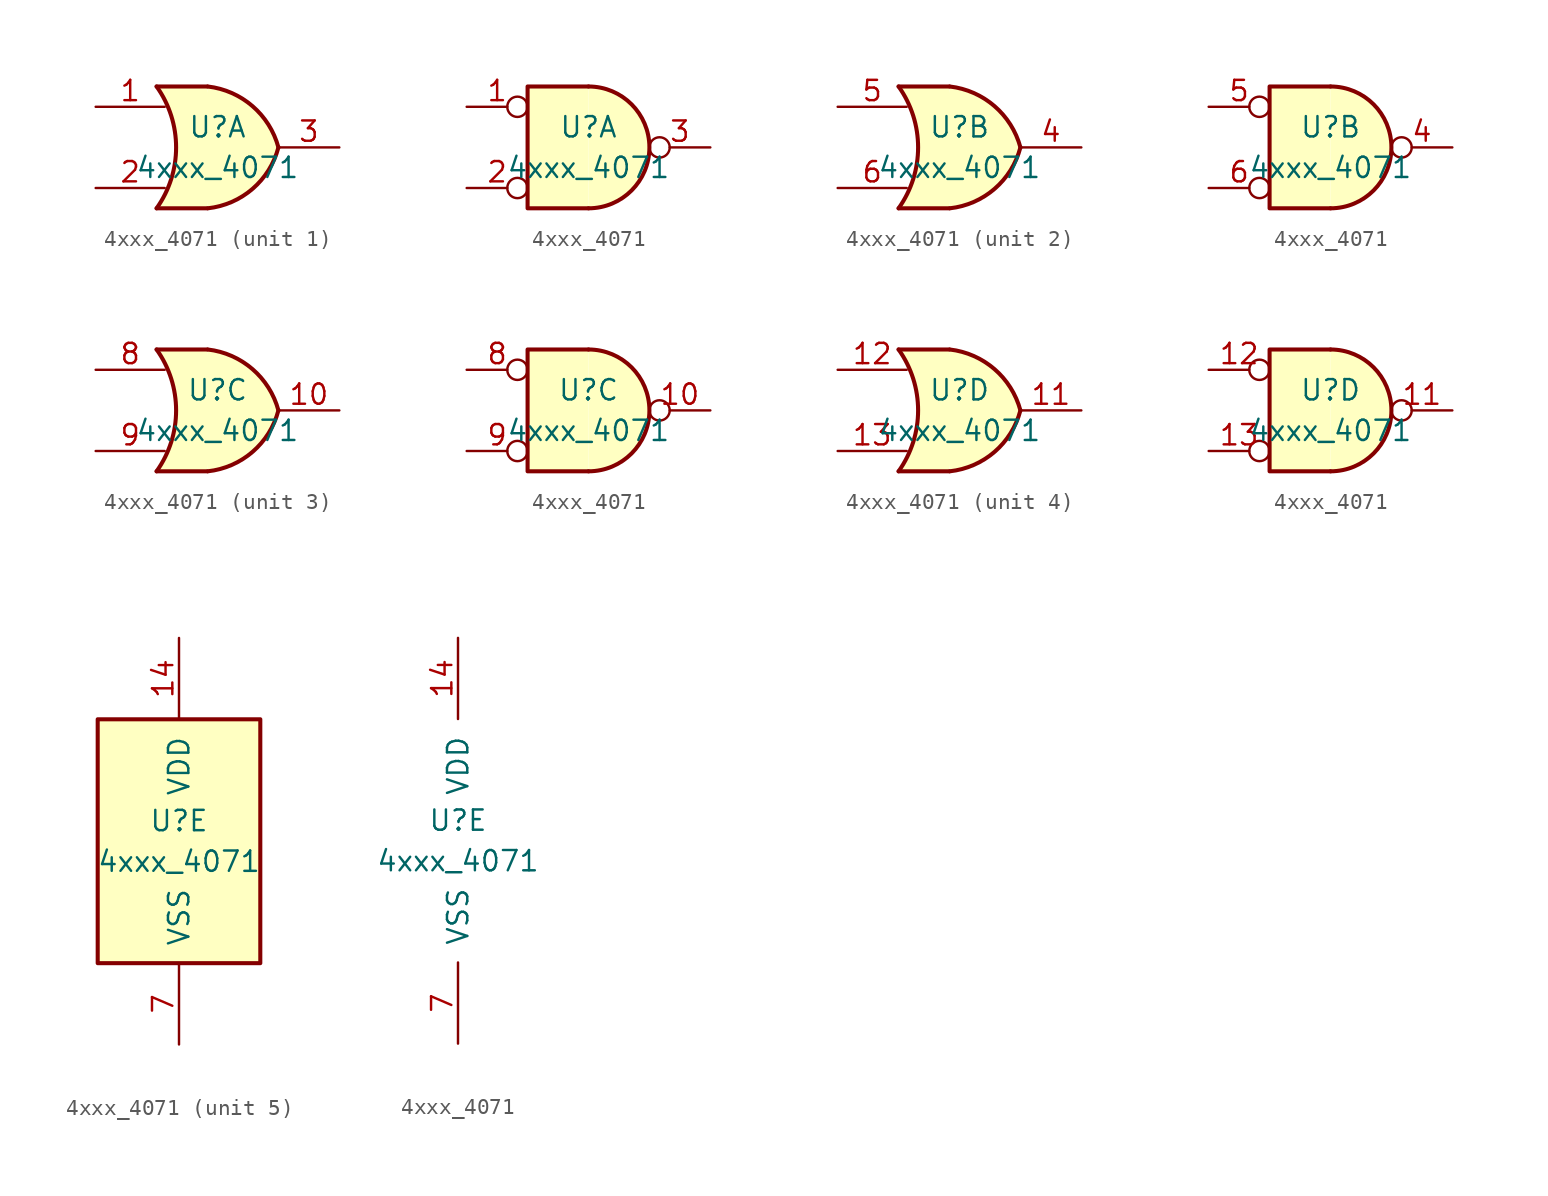
<source format=kicad_sym>
(kicad_symbol_lib
  (version 20241209)
  (generator "kicad_symbol_editor")
  (generator_version "9.0")
  (symbol "4xxx_4071"
    (pin_names
      (offset 1.016))
    (property "Reference" "U"
      (at 0 1.27 0)
      (effects (font (size 1.27 1.27))))
    (property "Value" "4xxx_4071"
      (at 0 -1.27 0)
      (effects (font (size 1.27 1.27))))
    (property "ki_locked" ""
      (at 0 0 0)
      (effects (font (size 1.27 1.27))))
    (symbol "4xxx_4071_1_1"
      (arc (start -3.81 3.81) (mid -2.589 0) (end -3.81 -3.81) (stroke (width 0.254) (type solid)) (fill (type none)))
      (polyline (pts (xy -3.81 3.81) (xy -0.635 3.81)) (stroke (width 0.254) (type solid)) (fill (type background)))
      (polyline (pts (xy -3.81 -3.81) (xy -0.635 -3.81)) (stroke (width 0.254) (type solid)) (fill (type background)))
      (arc (start -0.6096 3.81) (mid 2.1842 2.5851) (end 3.81 0) (stroke (width 0.254) (type solid)) (fill (type background)))
      (arc (start 3.81 0) (mid 2.1915 -2.5936) (end -0.6096 -3.81) (stroke (width 0.254) (type solid)) (fill (type background)))
      (polyline (pts (xy -0.635 3.81) (xy -3.81 3.81) (xy -3.81 3.81) (xy -3.556 3.404) (xy -3.023 2.261) (xy -2.692 1.041) (xy -2.616 -0.254) (xy -2.769 -1.499) (xy -3.175 -2.718) (xy -3.81 -3.81) (xy -3.81 -3.81) (xy -0.635 -3.81)) (stroke (width -25.4) (type solid)) (fill (type background)))
      (pin input line (at -7.62 2.54 0) (length 4.318) (name "~" (effects (font (size 1.27 1.27)))) (number "1" (effects (font (size 1.27 1.27)))))
      (pin input line (at -7.62 -2.54 0) (length 4.318) (name "~" (effects (font (size 1.27 1.27)))) (number "2" (effects (font (size 1.27 1.27)))))
      (pin output line (at 7.62 0 180) (length 3.81) (name "~" (effects (font (size 1.27 1.27)))) (number "3" (effects (font (size 1.27 1.27))))))
    (symbol "4xxx_4071_1_2"
      (polyline (pts (xy 0 3.81) (xy -3.81 3.81) (xy -3.81 -3.81) (xy 0 -3.81)) (stroke (width 0.254) (type solid)) (fill (type background)))
      (arc (start 0 3.81) (mid 3.81 0) (end 0 -3.81) (stroke (width 0.254) (type solid)) (fill (type background)))
      (pin input inverted (at -7.62 2.54 0) (length 3.81) (name "~" (effects (font (size 1.27 1.27)))) (number "1" (effects (font (size 1.27 1.27)))))
      (pin input inverted (at -7.62 -2.54 0) (length 3.81) (name "~" (effects (font (size 1.27 1.27)))) (number "2" (effects (font (size 1.27 1.27)))))
      (pin output inverted (at 7.62 0 180) (length 3.81) (name "~" (effects (font (size 1.27 1.27)))) (number "3" (effects (font (size 1.27 1.27))))))
    (symbol "4xxx_4071_2_1"
      (arc (start -3.81 3.81) (mid -2.589 0) (end -3.81 -3.81) (stroke (width 0.254) (type solid)) (fill (type none)))
      (polyline (pts (xy -3.81 3.81) (xy -0.635 3.81)) (stroke (width 0.254) (type solid)) (fill (type background)))
      (polyline (pts (xy -3.81 -3.81) (xy -0.635 -3.81)) (stroke (width 0.254) (type solid)) (fill (type background)))
      (arc (start -0.6096 3.81) (mid 2.1842 2.5851) (end 3.81 0) (stroke (width 0.254) (type solid)) (fill (type background)))
      (arc (start 3.81 0) (mid 2.1915 -2.5936) (end -0.6096 -3.81) (stroke (width 0.254) (type solid)) (fill (type background)))
      (polyline (pts (xy -0.635 3.81) (xy -3.81 3.81) (xy -3.81 3.81) (xy -3.556 3.404) (xy -3.023 2.261) (xy -2.692 1.041) (xy -2.616 -0.254) (xy -2.769 -1.499) (xy -3.175 -2.718) (xy -3.81 -3.81) (xy -3.81 -3.81) (xy -0.635 -3.81)) (stroke (width -25.4) (type solid)) (fill (type background)))
      (pin input line (at -7.62 2.54 0) (length 4.318) (name "~" (effects (font (size 1.27 1.27)))) (number "5" (effects (font (size 1.27 1.27)))))
      (pin input line (at -7.62 -2.54 0) (length 4.318) (name "~" (effects (font (size 1.27 1.27)))) (number "6" (effects (font (size 1.27 1.27)))))
      (pin output line (at 7.62 0 180) (length 3.81) (name "~" (effects (font (size 1.27 1.27)))) (number "4" (effects (font (size 1.27 1.27))))))
    (symbol "4xxx_4071_2_2"
      (polyline (pts (xy 0 3.81) (xy -3.81 3.81) (xy -3.81 -3.81) (xy 0 -3.81)) (stroke (width 0.254) (type solid)) (fill (type background)))
      (arc (start 0 3.81) (mid 3.81 0) (end 0 -3.81) (stroke (width 0.254) (type solid)) (fill (type background)))
      (pin input inverted (at -7.62 2.54 0) (length 3.81) (name "~" (effects (font (size 1.27 1.27)))) (number "5" (effects (font (size 1.27 1.27)))))
      (pin input inverted (at -7.62 -2.54 0) (length 3.81) (name "~" (effects (font (size 1.27 1.27)))) (number "6" (effects (font (size 1.27 1.27)))))
      (pin output inverted (at 7.62 0 180) (length 3.81) (name "~" (effects (font (size 1.27 1.27)))) (number "4" (effects (font (size 1.27 1.27))))))
    (symbol "4xxx_4071_3_1"
      (arc (start -3.81 3.81) (mid -2.589 0) (end -3.81 -3.81) (stroke (width 0.254) (type solid)) (fill (type none)))
      (polyline (pts (xy -3.81 3.81) (xy -0.635 3.81)) (stroke (width 0.254) (type solid)) (fill (type background)))
      (polyline (pts (xy -3.81 -3.81) (xy -0.635 -3.81)) (stroke (width 0.254) (type solid)) (fill (type background)))
      (arc (start -0.6096 3.81) (mid 2.1842 2.5851) (end 3.81 0) (stroke (width 0.254) (type solid)) (fill (type background)))
      (arc (start 3.81 0) (mid 2.1915 -2.5936) (end -0.6096 -3.81) (stroke (width 0.254) (type solid)) (fill (type background)))
      (polyline (pts (xy -0.635 3.81) (xy -3.81 3.81) (xy -3.81 3.81) (xy -3.556 3.404) (xy -3.023 2.261) (xy -2.692 1.041) (xy -2.616 -0.254) (xy -2.769 -1.499) (xy -3.175 -2.718) (xy -3.81 -3.81) (xy -3.81 -3.81) (xy -0.635 -3.81)) (stroke (width -25.4) (type solid)) (fill (type background)))
      (pin input line (at -7.62 2.54 0) (length 4.318) (name "~" (effects (font (size 1.27 1.27)))) (number "8" (effects (font (size 1.27 1.27)))))
      (pin input line (at -7.62 -2.54 0) (length 4.318) (name "~" (effects (font (size 1.27 1.27)))) (number "9" (effects (font (size 1.27 1.27)))))
      (pin output line (at 7.62 0 180) (length 3.81) (name "~" (effects (font (size 1.27 1.27)))) (number "10" (effects (font (size 1.27 1.27))))))
    (symbol "4xxx_4071_3_2"
      (polyline (pts (xy 0 3.81) (xy -3.81 3.81) (xy -3.81 -3.81) (xy 0 -3.81)) (stroke (width 0.254) (type solid)) (fill (type background)))
      (arc (start 0 3.81) (mid 3.81 0) (end 0 -3.81) (stroke (width 0.254) (type solid)) (fill (type background)))
      (pin input inverted (at -7.62 2.54 0) (length 3.81) (name "~" (effects (font (size 1.27 1.27)))) (number "8" (effects (font (size 1.27 1.27)))))
      (pin input inverted (at -7.62 -2.54 0) (length 3.81) (name "~" (effects (font (size 1.27 1.27)))) (number "9" (effects (font (size 1.27 1.27)))))
      (pin output inverted (at 7.62 0 180) (length 3.81) (name "~" (effects (font (size 1.27 1.27)))) (number "10" (effects (font (size 1.27 1.27))))))
    (symbol "4xxx_4071_4_1"
      (arc (start -3.81 3.81) (mid -2.589 0) (end -3.81 -3.81) (stroke (width 0.254) (type solid)) (fill (type none)))
      (polyline (pts (xy -3.81 3.81) (xy -0.635 3.81)) (stroke (width 0.254) (type solid)) (fill (type background)))
      (polyline (pts (xy -3.81 -3.81) (xy -0.635 -3.81)) (stroke (width 0.254) (type solid)) (fill (type background)))
      (arc (start -0.6096 3.81) (mid 2.1842 2.5851) (end 3.81 0) (stroke (width 0.254) (type solid)) (fill (type background)))
      (arc (start 3.81 0) (mid 2.1915 -2.5936) (end -0.6096 -3.81) (stroke (width 0.254) (type solid)) (fill (type background)))
      (polyline (pts (xy -0.635 3.81) (xy -3.81 3.81) (xy -3.81 3.81) (xy -3.556 3.404) (xy -3.023 2.261) (xy -2.692 1.041) (xy -2.616 -0.254) (xy -2.769 -1.499) (xy -3.175 -2.718) (xy -3.81 -3.81) (xy -3.81 -3.81) (xy -0.635 -3.81)) (stroke (width -25.4) (type solid)) (fill (type background)))
      (pin input line (at -7.62 2.54 0) (length 4.318) (name "~" (effects (font (size 1.27 1.27)))) (number "12" (effects (font (size 1.27 1.27)))))
      (pin input line (at -7.62 -2.54 0) (length 4.318) (name "~" (effects (font (size 1.27 1.27)))) (number "13" (effects (font (size 1.27 1.27)))))
      (pin output line (at 7.62 0 180) (length 3.81) (name "~" (effects (font (size 1.27 1.27)))) (number "11" (effects (font (size 1.27 1.27))))))
    (symbol "4xxx_4071_4_2"
      (polyline (pts (xy 0 3.81) (xy -3.81 3.81) (xy -3.81 -3.81) (xy 0 -3.81)) (stroke (width 0.254) (type solid)) (fill (type background)))
      (arc (start 0 3.81) (mid 3.81 0) (end 0 -3.81) (stroke (width 0.254) (type solid)) (fill (type background)))
      (pin input inverted (at -7.62 2.54 0) (length 3.81) (name "~" (effects (font (size 1.27 1.27)))) (number "12" (effects (font (size 1.27 1.27)))))
      (pin input inverted (at -7.62 -2.54 0) (length 3.81) (name "~" (effects (font (size 1.27 1.27)))) (number "13" (effects (font (size 1.27 1.27)))))
      (pin output inverted (at 7.62 0 180) (length 3.81) (name "~" (effects (font (size 1.27 1.27)))) (number "11" (effects (font (size 1.27 1.27))))))
    (symbol "4xxx_4071_5_0"
      (pin power_in line (at 0 12.7 270) (length 5.08) (name "VDD" (effects (font (size 1.27 1.27)))) (number "14" (effects (font (size 1.27 1.27)))))
      (pin power_in line (at 0 -12.7 90) (length 5.08) (name "VSS" (effects (font (size 1.27 1.27)))) (number "7" (effects (font (size 1.27 1.27))))))
    (symbol "4xxx_4071_5_1"
      (rectangle (start -5.08 7.62) (end 5.08 -7.62) (stroke (width 0.254) (type solid)) (fill (type background))))))
</source>
